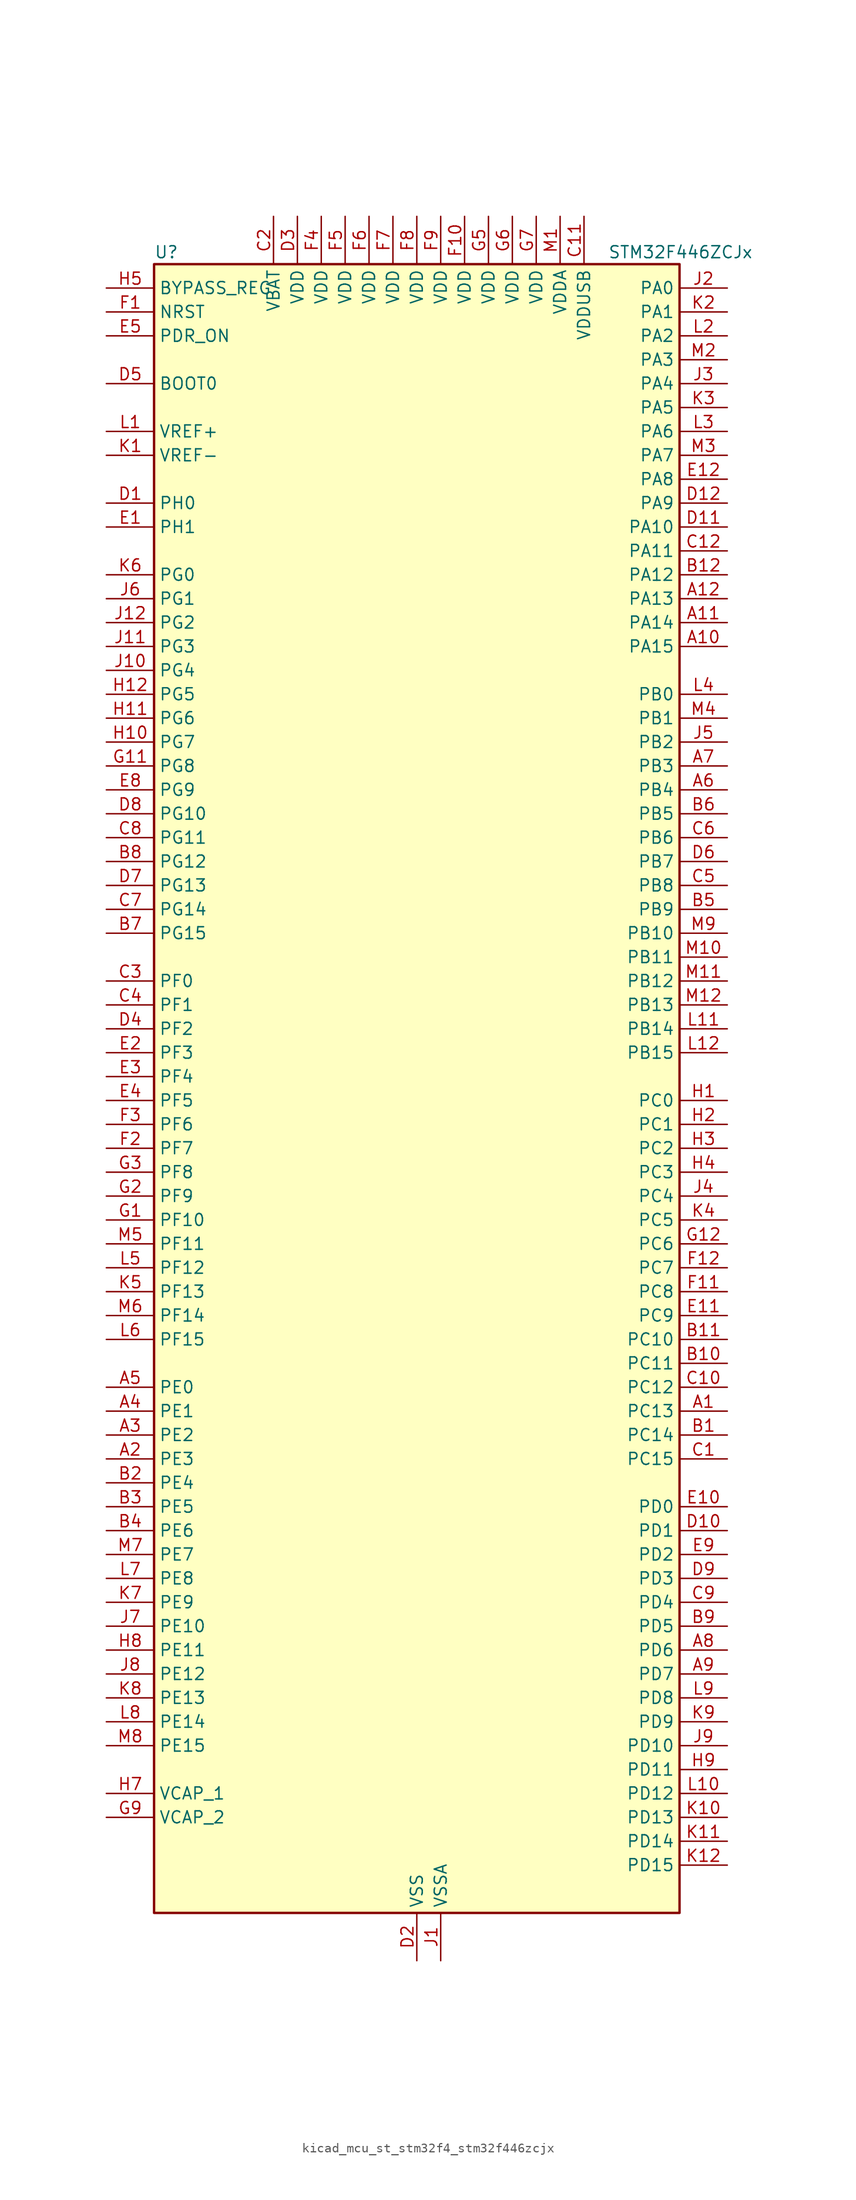
<source format=kicad_sym>
(kicad_symbol_lib
  (version 20220914)
  (generator kicad_symbol_editor)
  (symbol "kicad_mcu_st_stm32f4_stm32f446zcjx"
    (property "Reference" "U"
      (at -27.94 90.17 0)
      (effects (font (size 1.27 1.27)) (justify left)))
    (property "Value" "STM32F446ZCJx"
      (at 20.32 90.17 0)
      (effects (font (size 1.27 1.27)) (justify left)))
    (property "ki_locked" ""
      (at 0 0 0)
      (effects (font (size 1.27 1.27))))
    (symbol "kicad_mcu_st_stm32f4_stm32f446zcjx_0_1"
      (rectangle (start -27.94 -86.36) (end 27.94 88.9) (stroke (width 0.254) (type default)) (fill (type background))))
    (symbol "kicad_mcu_st_stm32f4_stm32f446zcjx_1_1"
      (pin bidirectional line (at 33.02 -33.02 180) (length 5.08) (name "PC13" (effects (font (size 1.27 1.27)))) (number "A1" (effects (font (size 1.27 1.27)))) (alternate "RTC_AF1" bidirectional line) (alternate "SYS_WKUP1" bidirectional line))
      (pin bidirectional line (at 33.02 48.26 180) (length 5.08) (name "PA15" (effects (font (size 1.27 1.27)))) (number "A10" (effects (font (size 1.27 1.27)))) (alternate "ADC1_EXTI15" bidirectional line) (alternate "ADC2_EXTI15" bidirectional line) (alternate "ADC3_EXTI15" bidirectional line) (alternate "CEC" bidirectional line) (alternate "I2S1_WS" bidirectional line) (alternate "I2S3_WS" bidirectional line) (alternate "SPI1_NSS" bidirectional line) (alternate "SPI3_NSS" bidirectional line) (alternate "SYS_JTDI" bidirectional line) (alternate "TIM2_CH1" bidirectional line) (alternate "TIM2_ETR" bidirectional line) (alternate "UART4_RTS" bidirectional line))
      (pin bidirectional line (at 33.02 50.8 180) (length 5.08) (name "PA14" (effects (font (size 1.27 1.27)))) (number "A11" (effects (font (size 1.27 1.27)))) (alternate "SYS_JTCK-SWCLK" bidirectional line))
      (pin bidirectional line (at 33.02 53.34 180) (length 5.08) (name "PA13" (effects (font (size 1.27 1.27)))) (number "A12" (effects (font (size 1.27 1.27)))) (alternate "SYS_JTMS-SWDIO" bidirectional line))
      (pin bidirectional line (at -33.02 -38.1 0) (length 5.08) (name "PE3" (effects (font (size 1.27 1.27)))) (number "A2" (effects (font (size 1.27 1.27)))) (alternate "FMC_A19" bidirectional line) (alternate "SAI1_SD_B" bidirectional line) (alternate "SYS_TRACED0" bidirectional line))
      (pin bidirectional line (at -33.02 -35.56 0) (length 5.08) (name "PE2" (effects (font (size 1.27 1.27)))) (number "A3" (effects (font (size 1.27 1.27)))) (alternate "FMC_A23" bidirectional line) (alternate "QUADSPI_BK1_IO2" bidirectional line) (alternate "SAI1_MCLK_A" bidirectional line) (alternate "SPI4_SCK" bidirectional line) (alternate "SYS_TRACECLK" bidirectional line))
      (pin bidirectional line (at -33.02 -33.02 0) (length 5.08) (name "PE1" (effects (font (size 1.27 1.27)))) (number "A4" (effects (font (size 1.27 1.27)))) (alternate "DCMI_D3" bidirectional line) (alternate "FMC_NBL1" bidirectional line))
      (pin bidirectional line (at -33.02 -30.48 0) (length 5.08) (name "PE0" (effects (font (size 1.27 1.27)))) (number "A5" (effects (font (size 1.27 1.27)))) (alternate "DCMI_D2" bidirectional line) (alternate "FMC_NBL0" bidirectional line) (alternate "SAI2_MCLK_A" bidirectional line) (alternate "TIM4_ETR" bidirectional line))
      (pin bidirectional line (at 33.02 33.02 180) (length 5.08) (name "PB4" (effects (font (size 1.27 1.27)))) (number "A6" (effects (font (size 1.27 1.27)))) (alternate "I2C3_SDA" bidirectional line) (alternate "I2S2_WS" bidirectional line) (alternate "SPI1_MISO" bidirectional line) (alternate "SPI2_NSS" bidirectional line) (alternate "SPI3_MISO" bidirectional line) (alternate "SYS_JTRST" bidirectional line) (alternate "TIM3_CH1" bidirectional line))
      (pin bidirectional line (at 33.02 35.56 180) (length 5.08) (name "PB3" (effects (font (size 1.27 1.27)))) (number "A7" (effects (font (size 1.27 1.27)))) (alternate "I2C2_SDA" bidirectional line) (alternate "I2S1_CK" bidirectional line) (alternate "I2S3_CK" bidirectional line) (alternate "SPI1_SCK" bidirectional line) (alternate "SPI3_SCK" bidirectional line) (alternate "SYS_JTDO-SWO" bidirectional line) (alternate "TIM2_CH2" bidirectional line))
      (pin bidirectional line (at 33.02 -58.42 180) (length 5.08) (name "PD6" (effects (font (size 1.27 1.27)))) (number "A8" (effects (font (size 1.27 1.27)))) (alternate "DCMI_D10" bidirectional line) (alternate "FMC_NWAIT" bidirectional line) (alternate "I2S3_SD" bidirectional line) (alternate "SAI1_SD_A" bidirectional line) (alternate "SPI3_MOSI" bidirectional line) (alternate "USART2_RX" bidirectional line))
      (pin bidirectional line (at 33.02 -60.96 180) (length 5.08) (name "PD7" (effects (font (size 1.27 1.27)))) (number "A9" (effects (font (size 1.27 1.27)))) (alternate "FMC_NE1" bidirectional line) (alternate "SPDIFRX_IN0" bidirectional line) (alternate "USART2_CK" bidirectional line))
      (pin bidirectional line (at 33.02 -35.56 180) (length 5.08) (name "PC14" (effects (font (size 1.27 1.27)))) (number "B1" (effects (font (size 1.27 1.27)))) (alternate "RCC_OSC32_IN" bidirectional line))
      (pin bidirectional line (at 33.02 -27.94 180) (length 5.08) (name "PC11" (effects (font (size 1.27 1.27)))) (number "B10" (effects (font (size 1.27 1.27)))) (alternate "ADC1_EXTI11" bidirectional line) (alternate "ADC2_EXTI11" bidirectional line) (alternate "ADC3_EXTI11" bidirectional line) (alternate "DCMI_D4" bidirectional line) (alternate "QUADSPI_BK2_NCS" bidirectional line) (alternate "SDIO_D3" bidirectional line) (alternate "SPI3_MISO" bidirectional line) (alternate "UART4_RX" bidirectional line) (alternate "USART3_RX" bidirectional line))
      (pin bidirectional line (at 33.02 -25.4 180) (length 5.08) (name "PC10" (effects (font (size 1.27 1.27)))) (number "B11" (effects (font (size 1.27 1.27)))) (alternate "DCMI_D8" bidirectional line) (alternate "I2S3_CK" bidirectional line) (alternate "QUADSPI_BK1_IO1" bidirectional line) (alternate "SDIO_D2" bidirectional line) (alternate "SPI3_SCK" bidirectional line) (alternate "UART4_TX" bidirectional line) (alternate "USART3_TX" bidirectional line))
      (pin bidirectional line (at 33.02 55.88 180) (length 5.08) (name "PA12" (effects (font (size 1.27 1.27)))) (number "B12" (effects (font (size 1.27 1.27)))) (alternate "CAN1_TX" bidirectional line) (alternate "SAI2_FS_B" bidirectional line) (alternate "TIM1_ETR" bidirectional line) (alternate "USART1_RTS" bidirectional line) (alternate "USB_OTG_FS_DP" bidirectional line))
      (pin bidirectional line (at -33.02 -40.64 0) (length 5.08) (name "PE4" (effects (font (size 1.27 1.27)))) (number "B2" (effects (font (size 1.27 1.27)))) (alternate "DCMI_D4" bidirectional line) (alternate "FMC_A20" bidirectional line) (alternate "SAI1_FS_A" bidirectional line) (alternate "SPI4_NSS" bidirectional line) (alternate "SYS_TRACED1" bidirectional line))
      (pin bidirectional line (at -33.02 -43.18 0) (length 5.08) (name "PE5" (effects (font (size 1.27 1.27)))) (number "B3" (effects (font (size 1.27 1.27)))) (alternate "DCMI_D6" bidirectional line) (alternate "FMC_A21" bidirectional line) (alternate "SAI1_SCK_A" bidirectional line) (alternate "SPI4_MISO" bidirectional line) (alternate "SYS_TRACED2" bidirectional line) (alternate "TIM9_CH1" bidirectional line))
      (pin bidirectional line (at -33.02 -45.72 0) (length 5.08) (name "PE6" (effects (font (size 1.27 1.27)))) (number "B4" (effects (font (size 1.27 1.27)))) (alternate "DCMI_D7" bidirectional line) (alternate "FMC_A22" bidirectional line) (alternate "SAI1_SD_A" bidirectional line) (alternate "SPI4_MOSI" bidirectional line) (alternate "SYS_TRACED3" bidirectional line) (alternate "TIM9_CH2" bidirectional line))
      (pin bidirectional line (at 33.02 20.32 180) (length 5.08) (name "PB9" (effects (font (size 1.27 1.27)))) (number "B5" (effects (font (size 1.27 1.27)))) (alternate "CAN1_TX" bidirectional line) (alternate "DAC_EXTI9" bidirectional line) (alternate "DCMI_D7" bidirectional line) (alternate "I2C1_SDA" bidirectional line) (alternate "I2S2_WS" bidirectional line) (alternate "SAI1_FS_B" bidirectional line) (alternate "SDIO_D5" bidirectional line) (alternate "SPI2_NSS" bidirectional line) (alternate "TIM11_CH1" bidirectional line) (alternate "TIM2_CH2" bidirectional line) (alternate "TIM4_CH4" bidirectional line))
      (pin bidirectional line (at 33.02 30.48 180) (length 5.08) (name "PB5" (effects (font (size 1.27 1.27)))) (number "B6" (effects (font (size 1.27 1.27)))) (alternate "CAN2_RX" bidirectional line) (alternate "DCMI_D10" bidirectional line) (alternate "FMC_SDCKE1" bidirectional line) (alternate "I2C1_SMBA" bidirectional line) (alternate "I2S1_SD" bidirectional line) (alternate "I2S3_SD" bidirectional line) (alternate "SPI1_MOSI" bidirectional line) (alternate "SPI3_MOSI" bidirectional line) (alternate "TIM3_CH2" bidirectional line) (alternate "USB_OTG_HS_ULPI_D7" bidirectional line))
      (pin bidirectional line (at -33.02 17.78 0) (length 5.08) (name "PG15" (effects (font (size 1.27 1.27)))) (number "B7" (effects (font (size 1.27 1.27)))) (alternate "ADC1_EXTI15" bidirectional line) (alternate "ADC2_EXTI15" bidirectional line) (alternate "ADC3_EXTI15" bidirectional line) (alternate "DCMI_D13" bidirectional line) (alternate "FMC_SDNCAS" bidirectional line) (alternate "USART6_CTS" bidirectional line))
      (pin bidirectional line (at -33.02 25.4 0) (length 5.08) (name "PG12" (effects (font (size 1.27 1.27)))) (number "B8" (effects (font (size 1.27 1.27)))) (alternate "FMC_NE4" bidirectional line) (alternate "SPDIFRX_IN1" bidirectional line) (alternate "SPI4_MISO" bidirectional line) (alternate "USART6_RTS" bidirectional line))
      (pin bidirectional line (at 33.02 -55.88 180) (length 5.08) (name "PD5" (effects (font (size 1.27 1.27)))) (number "B9" (effects (font (size 1.27 1.27)))) (alternate "FMC_NWE" bidirectional line) (alternate "USART2_TX" bidirectional line))
      (pin bidirectional line (at 33.02 -38.1 180) (length 5.08) (name "PC15" (effects (font (size 1.27 1.27)))) (number "C1" (effects (font (size 1.27 1.27)))) (alternate "ADC1_EXTI15" bidirectional line) (alternate "ADC2_EXTI15" bidirectional line) (alternate "ADC3_EXTI15" bidirectional line) (alternate "RCC_OSC32_OUT" bidirectional line))
      (pin bidirectional line (at 33.02 -30.48 180) (length 5.08) (name "PC12" (effects (font (size 1.27 1.27)))) (number "C10" (effects (font (size 1.27 1.27)))) (alternate "DCMI_D9" bidirectional line) (alternate "I2C2_SDA" bidirectional line) (alternate "I2S3_SD" bidirectional line) (alternate "SDIO_CK" bidirectional line) (alternate "SPI3_MOSI" bidirectional line) (alternate "UART5_TX" bidirectional line) (alternate "USART3_CK" bidirectional line))
      (pin power_in line (at 17.78 93.98 270) (length 5.08) (name "VDDUSB" (effects (font (size 1.27 1.27)))) (number "C11" (effects (font (size 1.27 1.27)))))
      (pin bidirectional line (at 33.02 58.42 180) (length 5.08) (name "PA11" (effects (font (size 1.27 1.27)))) (number "C12" (effects (font (size 1.27 1.27)))) (alternate "ADC1_EXTI11" bidirectional line) (alternate "ADC2_EXTI11" bidirectional line) (alternate "ADC3_EXTI11" bidirectional line) (alternate "CAN1_RX" bidirectional line) (alternate "TIM1_CH4" bidirectional line) (alternate "USART1_CTS" bidirectional line) (alternate "USB_OTG_FS_DM" bidirectional line))
      (pin power_in line (at -15.24 93.98 270) (length 5.08) (name "VBAT" (effects (font (size 1.27 1.27)))) (number "C2" (effects (font (size 1.27 1.27)))))
      (pin bidirectional line (at -33.02 12.7 0) (length 5.08) (name "PF0" (effects (font (size 1.27 1.27)))) (number "C3" (effects (font (size 1.27 1.27)))) (alternate "FMC_A0" bidirectional line) (alternate "I2C2_SDA" bidirectional line))
      (pin bidirectional line (at -33.02 10.16 0) (length 5.08) (name "PF1" (effects (font (size 1.27 1.27)))) (number "C4" (effects (font (size 1.27 1.27)))) (alternate "FMC_A1" bidirectional line) (alternate "I2C2_SCL" bidirectional line))
      (pin bidirectional line (at 33.02 22.86 180) (length 5.08) (name "PB8" (effects (font (size 1.27 1.27)))) (number "C5" (effects (font (size 1.27 1.27)))) (alternate "CAN1_RX" bidirectional line) (alternate "DCMI_D6" bidirectional line) (alternate "I2C1_SCL" bidirectional line) (alternate "SDIO_D4" bidirectional line) (alternate "TIM10_CH1" bidirectional line) (alternate "TIM2_CH1" bidirectional line) (alternate "TIM2_ETR" bidirectional line) (alternate "TIM4_CH3" bidirectional line))
      (pin bidirectional line (at 33.02 27.94 180) (length 5.08) (name "PB6" (effects (font (size 1.27 1.27)))) (number "C6" (effects (font (size 1.27 1.27)))) (alternate "CAN2_TX" bidirectional line) (alternate "CEC" bidirectional line) (alternate "DCMI_D5" bidirectional line) (alternate "FMC_SDNE1" bidirectional line) (alternate "I2C1_SCL" bidirectional line) (alternate "QUADSPI_BK1_NCS" bidirectional line) (alternate "TIM4_CH1" bidirectional line) (alternate "USART1_TX" bidirectional line))
      (pin bidirectional line (at -33.02 20.32 0) (length 5.08) (name "PG14" (effects (font (size 1.27 1.27)))) (number "C7" (effects (font (size 1.27 1.27)))) (alternate "FMC_A25" bidirectional line) (alternate "QUADSPI_BK2_IO3" bidirectional line) (alternate "SPI4_NSS" bidirectional line) (alternate "SYS_TRACED3" bidirectional line) (alternate "USART6_TX" bidirectional line))
      (pin bidirectional line (at -33.02 27.94 0) (length 5.08) (name "PG11" (effects (font (size 1.27 1.27)))) (number "C8" (effects (font (size 1.27 1.27)))) (alternate "ADC1_EXTI11" bidirectional line) (alternate "ADC2_EXTI11" bidirectional line) (alternate "ADC3_EXTI11" bidirectional line) (alternate "DCMI_D3" bidirectional line) (alternate "SPDIFRX_IN0" bidirectional line) (alternate "SPI4_SCK" bidirectional line))
      (pin bidirectional line (at 33.02 -53.34 180) (length 5.08) (name "PD4" (effects (font (size 1.27 1.27)))) (number "C9" (effects (font (size 1.27 1.27)))) (alternate "FMC_NOE" bidirectional line) (alternate "USART2_RTS" bidirectional line))
      (pin bidirectional line (at -33.02 63.5 0) (length 5.08) (name "PH0" (effects (font (size 1.27 1.27)))) (number "D1" (effects (font (size 1.27 1.27)))) (alternate "RCC_OSC_IN" bidirectional line))
      (pin bidirectional line (at 33.02 -45.72 180) (length 5.08) (name "PD1" (effects (font (size 1.27 1.27)))) (number "D10" (effects (font (size 1.27 1.27)))) (alternate "CAN1_TX" bidirectional line) (alternate "FMC_D3" bidirectional line) (alternate "FMC_DA3" bidirectional line) (alternate "I2S2_WS" bidirectional line) (alternate "SPI2_NSS" bidirectional line))
      (pin bidirectional line (at 33.02 60.96 180) (length 5.08) (name "PA10" (effects (font (size 1.27 1.27)))) (number "D11" (effects (font (size 1.27 1.27)))) (alternate "DCMI_D1" bidirectional line) (alternate "TIM1_CH3" bidirectional line) (alternate "USART1_RX" bidirectional line) (alternate "USB_OTG_FS_ID" bidirectional line))
      (pin bidirectional line (at 33.02 63.5 180) (length 5.08) (name "PA9" (effects (font (size 1.27 1.27)))) (number "D12" (effects (font (size 1.27 1.27)))) (alternate "DAC_EXTI9" bidirectional line) (alternate "DCMI_D0" bidirectional line) (alternate "I2C3_SMBA" bidirectional line) (alternate "I2S2_CK" bidirectional line) (alternate "SAI1_SD_B" bidirectional line) (alternate "SPI2_SCK" bidirectional line) (alternate "TIM1_CH2" bidirectional line) (alternate "USART1_TX" bidirectional line) (alternate "USB_OTG_FS_VBUS" bidirectional line))
      (pin power_in line (at 0 -91.44 90) (length 5.08) (name "VSS" (effects (font (size 1.27 1.27)))) (number "D2" (effects (font (size 1.27 1.27)))))
      (pin power_in line (at -12.7 93.98 270) (length 5.08) (name "VDD" (effects (font (size 1.27 1.27)))) (number "D3" (effects (font (size 1.27 1.27)))))
      (pin bidirectional line (at -33.02 7.62 0) (length 5.08) (name "PF2" (effects (font (size 1.27 1.27)))) (number "D4" (effects (font (size 1.27 1.27)))) (alternate "FMC_A2" bidirectional line) (alternate "I2C2_SMBA" bidirectional line))
      (pin input line (at -33.02 76.2 0) (length 5.08) (name "BOOT0" (effects (font (size 1.27 1.27)))) (number "D5" (effects (font (size 1.27 1.27)))))
      (pin bidirectional line (at 33.02 25.4 180) (length 5.08) (name "PB7" (effects (font (size 1.27 1.27)))) (number "D6" (effects (font (size 1.27 1.27)))) (alternate "DCMI_VSYNC" bidirectional line) (alternate "FMC_NL" bidirectional line) (alternate "I2C1_SDA" bidirectional line) (alternate "SPDIFRX_IN0" bidirectional line) (alternate "TIM4_CH2" bidirectional line) (alternate "USART1_RX" bidirectional line))
      (pin bidirectional line (at -33.02 22.86 0) (length 5.08) (name "PG13" (effects (font (size 1.27 1.27)))) (number "D7" (effects (font (size 1.27 1.27)))) (alternate "FMC_A24" bidirectional line) (alternate "SPI4_MOSI" bidirectional line) (alternate "SYS_TRACED2" bidirectional line) (alternate "USART6_CTS" bidirectional line))
      (pin bidirectional line (at -33.02 30.48 0) (length 5.08) (name "PG10" (effects (font (size 1.27 1.27)))) (number "D8" (effects (font (size 1.27 1.27)))) (alternate "DCMI_D2" bidirectional line) (alternate "FMC_NE3" bidirectional line) (alternate "SAI2_SD_B" bidirectional line))
      (pin bidirectional line (at 33.02 -50.8 180) (length 5.08) (name "PD3" (effects (font (size 1.27 1.27)))) (number "D9" (effects (font (size 1.27 1.27)))) (alternate "DCMI_D5" bidirectional line) (alternate "FMC_CLK" bidirectional line) (alternate "I2S2_CK" bidirectional line) (alternate "QUADSPI_CLK" bidirectional line) (alternate "SPI2_SCK" bidirectional line) (alternate "SYS_TRACED1" bidirectional line) (alternate "USART2_CTS" bidirectional line))
      (pin bidirectional line (at -33.02 60.96 0) (length 5.08) (name "PH1" (effects (font (size 1.27 1.27)))) (number "E1" (effects (font (size 1.27 1.27)))) (alternate "RCC_OSC_OUT" bidirectional line))
      (pin bidirectional line (at 33.02 -43.18 180) (length 5.08) (name "PD0" (effects (font (size 1.27 1.27)))) (number "E10" (effects (font (size 1.27 1.27)))) (alternate "CAN1_RX" bidirectional line) (alternate "FMC_D2" bidirectional line) (alternate "FMC_DA2" bidirectional line) (alternate "I2S3_SD" bidirectional line) (alternate "SPI3_MOSI" bidirectional line) (alternate "SPI4_MISO" bidirectional line))
      (pin bidirectional line (at 33.02 -22.86 180) (length 5.08) (name "PC9" (effects (font (size 1.27 1.27)))) (number "E11" (effects (font (size 1.27 1.27)))) (alternate "DAC_EXTI9" bidirectional line) (alternate "DCMI_D3" bidirectional line) (alternate "I2C3_SDA" bidirectional line) (alternate "I2S_CKIN" bidirectional line) (alternate "QUADSPI_BK1_IO0" bidirectional line) (alternate "RCC_MCO_2" bidirectional line) (alternate "SDIO_D1" bidirectional line) (alternate "TIM3_CH4" bidirectional line) (alternate "TIM8_CH4" bidirectional line) (alternate "UART5_CTS" bidirectional line))
      (pin bidirectional line (at 33.02 66.04 180) (length 5.08) (name "PA8" (effects (font (size 1.27 1.27)))) (number "E12" (effects (font (size 1.27 1.27)))) (alternate "I2C3_SCL" bidirectional line) (alternate "RCC_MCO_1" bidirectional line) (alternate "TIM1_CH1" bidirectional line) (alternate "USART1_CK" bidirectional line) (alternate "USB_OTG_FS_SOF" bidirectional line))
      (pin bidirectional line (at -33.02 5.08 0) (length 5.08) (name "PF3" (effects (font (size 1.27 1.27)))) (number "E2" (effects (font (size 1.27 1.27)))) (alternate "ADC3_IN9" bidirectional line) (alternate "FMC_A3" bidirectional line))
      (pin bidirectional line (at -33.02 2.54 0) (length 5.08) (name "PF4" (effects (font (size 1.27 1.27)))) (number "E3" (effects (font (size 1.27 1.27)))) (alternate "ADC3_IN14" bidirectional line) (alternate "FMC_A4" bidirectional line))
      (pin bidirectional line (at -33.02 0 0) (length 5.08) (name "PF5" (effects (font (size 1.27 1.27)))) (number "E4" (effects (font (size 1.27 1.27)))) (alternate "ADC3_IN15" bidirectional line) (alternate "FMC_A5" bidirectional line))
      (pin input line (at -33.02 81.28 0) (length 5.08) (name "PDR_ON" (effects (font (size 1.27 1.27)))) (number "E5" (effects (font (size 1.27 1.27)))))
      (pin passive line (at 0 -91.44 90) (length 5.08) hide (name "VSS" (effects (font (size 1.27 1.27)))) (number "E6" (effects (font (size 1.27 1.27)))))
      (pin passive line (at 0 -91.44 90) (length 5.08) hide (name "VSS" (effects (font (size 1.27 1.27)))) (number "E7" (effects (font (size 1.27 1.27)))))
      (pin bidirectional line (at -33.02 33.02 0) (length 5.08) (name "PG9" (effects (font (size 1.27 1.27)))) (number "E8" (effects (font (size 1.27 1.27)))) (alternate "DAC_EXTI9" bidirectional line) (alternate "DCMI_VSYNC" bidirectional line) (alternate "FMC_NCE3" bidirectional line) (alternate "FMC_NE2" bidirectional line) (alternate "QUADSPI_BK2_IO2" bidirectional line) (alternate "SAI2_FS_B" bidirectional line) (alternate "SPDIFRX_IN3" bidirectional line) (alternate "USART6_RX" bidirectional line))
      (pin bidirectional line (at 33.02 -48.26 180) (length 5.08) (name "PD2" (effects (font (size 1.27 1.27)))) (number "E9" (effects (font (size 1.27 1.27)))) (alternate "DCMI_D11" bidirectional line) (alternate "SDIO_CMD" bidirectional line) (alternate "TIM3_ETR" bidirectional line) (alternate "UART5_RX" bidirectional line))
      (pin input line (at -33.02 83.82 0) (length 5.08) (name "NRST" (effects (font (size 1.27 1.27)))) (number "F1" (effects (font (size 1.27 1.27)))))
      (pin power_in line (at 5.08 93.98 270) (length 5.08) (name "VDD" (effects (font (size 1.27 1.27)))) (number "F10" (effects (font (size 1.27 1.27)))))
      (pin bidirectional line (at 33.02 -20.32 180) (length 5.08) (name "PC8" (effects (font (size 1.27 1.27)))) (number "F11" (effects (font (size 1.27 1.27)))) (alternate "DCMI_D2" bidirectional line) (alternate "SDIO_D0" bidirectional line) (alternate "SYS_TRACED0" bidirectional line) (alternate "TIM3_CH3" bidirectional line) (alternate "TIM8_CH3" bidirectional line) (alternate "UART5_RTS" bidirectional line) (alternate "USART6_CK" bidirectional line))
      (pin bidirectional line (at 33.02 -17.78 180) (length 5.08) (name "PC7" (effects (font (size 1.27 1.27)))) (number "F12" (effects (font (size 1.27 1.27)))) (alternate "DCMI_D1" bidirectional line) (alternate "FMPI2C1_SDA" bidirectional line) (alternate "I2S2_CK" bidirectional line) (alternate "I2S3_MCK" bidirectional line) (alternate "SDIO_D7" bidirectional line) (alternate "SPDIFRX_IN1" bidirectional line) (alternate "SPI2_SCK" bidirectional line) (alternate "TIM3_CH2" bidirectional line) (alternate "TIM8_CH2" bidirectional line) (alternate "USART6_RX" bidirectional line))
      (pin bidirectional line (at -33.02 -5.08 0) (length 5.08) (name "PF7" (effects (font (size 1.27 1.27)))) (number "F2" (effects (font (size 1.27 1.27)))) (alternate "ADC3_IN5" bidirectional line) (alternate "QUADSPI_BK1_IO2" bidirectional line) (alternate "SAI1_MCLK_B" bidirectional line) (alternate "TIM11_CH1" bidirectional line))
      (pin bidirectional line (at -33.02 -2.54 0) (length 5.08) (name "PF6" (effects (font (size 1.27 1.27)))) (number "F3" (effects (font (size 1.27 1.27)))) (alternate "ADC3_IN4" bidirectional line) (alternate "QUADSPI_BK1_IO3" bidirectional line) (alternate "SAI1_SD_B" bidirectional line) (alternate "TIM10_CH1" bidirectional line))
      (pin power_in line (at -10.16 93.98 270) (length 5.08) (name "VDD" (effects (font (size 1.27 1.27)))) (number "F4" (effects (font (size 1.27 1.27)))))
      (pin power_in line (at -7.62 93.98 270) (length 5.08) (name "VDD" (effects (font (size 1.27 1.27)))) (number "F5" (effects (font (size 1.27 1.27)))))
      (pin power_in line (at -5.08 93.98 270) (length 5.08) (name "VDD" (effects (font (size 1.27 1.27)))) (number "F6" (effects (font (size 1.27 1.27)))))
      (pin power_in line (at -2.54 93.98 270) (length 5.08) (name "VDD" (effects (font (size 1.27 1.27)))) (number "F7" (effects (font (size 1.27 1.27)))))
      (pin power_in line (at 0 93.98 270) (length 5.08) (name "VDD" (effects (font (size 1.27 1.27)))) (number "F8" (effects (font (size 1.27 1.27)))))
      (pin power_in line (at 2.54 93.98 270) (length 5.08) (name "VDD" (effects (font (size 1.27 1.27)))) (number "F9" (effects (font (size 1.27 1.27)))))
      (pin bidirectional line (at -33.02 -12.7 0) (length 5.08) (name "PF10" (effects (font (size 1.27 1.27)))) (number "G1" (effects (font (size 1.27 1.27)))) (alternate "ADC3_IN8" bidirectional line) (alternate "DCMI_D11" bidirectional line))
      (pin passive line (at 0 -91.44 90) (length 5.08) hide (name "VSS" (effects (font (size 1.27 1.27)))) (number "G10" (effects (font (size 1.27 1.27)))))
      (pin bidirectional line (at -33.02 35.56 0) (length 5.08) (name "PG8" (effects (font (size 1.27 1.27)))) (number "G11" (effects (font (size 1.27 1.27)))) (alternate "FMC_SDCLK" bidirectional line) (alternate "SPDIFRX_IN2" bidirectional line) (alternate "USART6_RTS" bidirectional line))
      (pin bidirectional line (at 33.02 -15.24 180) (length 5.08) (name "PC6" (effects (font (size 1.27 1.27)))) (number "G12" (effects (font (size 1.27 1.27)))) (alternate "DCMI_D0" bidirectional line) (alternate "FMPI2C1_SCL" bidirectional line) (alternate "I2S2_MCK" bidirectional line) (alternate "SDIO_D6" bidirectional line) (alternate "TIM3_CH1" bidirectional line) (alternate "TIM8_CH1" bidirectional line) (alternate "USART6_TX" bidirectional line))
      (pin bidirectional line (at -33.02 -10.16 0) (length 5.08) (name "PF9" (effects (font (size 1.27 1.27)))) (number "G2" (effects (font (size 1.27 1.27)))) (alternate "ADC3_IN7" bidirectional line) (alternate "DAC_EXTI9" bidirectional line) (alternate "QUADSPI_BK1_IO1" bidirectional line) (alternate "SAI1_FS_B" bidirectional line) (alternate "TIM14_CH1" bidirectional line))
      (pin bidirectional line (at -33.02 -7.62 0) (length 5.08) (name "PF8" (effects (font (size 1.27 1.27)))) (number "G3" (effects (font (size 1.27 1.27)))) (alternate "ADC3_IN6" bidirectional line) (alternate "QUADSPI_BK1_IO0" bidirectional line) (alternate "SAI1_SCK_B" bidirectional line) (alternate "TIM13_CH1" bidirectional line))
      (pin passive line (at 0 -91.44 90) (length 5.08) hide (name "VSS" (effects (font (size 1.27 1.27)))) (number "G4" (effects (font (size 1.27 1.27)))))
      (pin power_in line (at 7.62 93.98 270) (length 5.08) (name "VDD" (effects (font (size 1.27 1.27)))) (number "G5" (effects (font (size 1.27 1.27)))))
      (pin power_in line (at 10.16 93.98 270) (length 5.08) (name "VDD" (effects (font (size 1.27 1.27)))) (number "G6" (effects (font (size 1.27 1.27)))))
      (pin power_in line (at 12.7 93.98 270) (length 5.08) (name "VDD" (effects (font (size 1.27 1.27)))) (number "G7" (effects (font (size 1.27 1.27)))))
      (pin passive line (at 0 -91.44 90) (length 5.08) hide (name "VSS" (effects (font (size 1.27 1.27)))) (number "G8" (effects (font (size 1.27 1.27)))))
      (pin power_out line (at -33.02 -76.2 0) (length 5.08) (name "VCAP_2" (effects (font (size 1.27 1.27)))) (number "G9" (effects (font (size 1.27 1.27)))))
      (pin bidirectional line (at 33.02 0 180) (length 5.08) (name "PC0" (effects (font (size 1.27 1.27)))) (number "H1" (effects (font (size 1.27 1.27)))) (alternate "ADC1_IN10" bidirectional line) (alternate "ADC2_IN10" bidirectional line) (alternate "ADC3_IN10" bidirectional line) (alternate "FMC_SDNWE" bidirectional line) (alternate "SAI1_MCLK_B" bidirectional line) (alternate "USB_OTG_HS_ULPI_STP" bidirectional line))
      (pin bidirectional line (at -33.02 38.1 0) (length 5.08) (name "PG7" (effects (font (size 1.27 1.27)))) (number "H10" (effects (font (size 1.27 1.27)))) (alternate "DCMI_D13" bidirectional line) (alternate "FMC_INT3" bidirectional line) (alternate "USART6_CK" bidirectional line))
      (pin bidirectional line (at -33.02 40.64 0) (length 5.08) (name "PG6" (effects (font (size 1.27 1.27)))) (number "H11" (effects (font (size 1.27 1.27)))) (alternate "DCMI_D12" bidirectional line) (alternate "QUADSPI_BK1_NCS" bidirectional line))
      (pin bidirectional line (at -33.02 43.18 0) (length 5.08) (name "PG5" (effects (font (size 1.27 1.27)))) (number "H12" (effects (font (size 1.27 1.27)))) (alternate "FMC_A15" bidirectional line) (alternate "FMC_BA1" bidirectional line))
      (pin bidirectional line (at 33.02 -2.54 180) (length 5.08) (name "PC1" (effects (font (size 1.27 1.27)))) (number "H2" (effects (font (size 1.27 1.27)))) (alternate "ADC1_IN11" bidirectional line) (alternate "ADC2_IN11" bidirectional line) (alternate "ADC3_IN11" bidirectional line) (alternate "I2S2_SD" bidirectional line) (alternate "I2S3_SD" bidirectional line) (alternate "SAI1_SD_A" bidirectional line) (alternate "SPI2_MOSI" bidirectional line) (alternate "SPI3_MOSI" bidirectional line))
      (pin bidirectional line (at 33.02 -5.08 180) (length 5.08) (name "PC2" (effects (font (size 1.27 1.27)))) (number "H3" (effects (font (size 1.27 1.27)))) (alternate "ADC1_IN12" bidirectional line) (alternate "ADC2_IN12" bidirectional line) (alternate "ADC3_IN12" bidirectional line) (alternate "FMC_SDNE0" bidirectional line) (alternate "SPI2_MISO" bidirectional line) (alternate "USB_OTG_HS_ULPI_DIR" bidirectional line))
      (pin bidirectional line (at 33.02 -7.62 180) (length 5.08) (name "PC3" (effects (font (size 1.27 1.27)))) (number "H4" (effects (font (size 1.27 1.27)))) (alternate "ADC1_IN13" bidirectional line) (alternate "ADC2_IN13" bidirectional line) (alternate "ADC3_IN13" bidirectional line) (alternate "FMC_SDCKE0" bidirectional line) (alternate "I2S2_SD" bidirectional line) (alternate "SPI2_MOSI" bidirectional line) (alternate "USB_OTG_HS_ULPI_NXT" bidirectional line))
      (pin input line (at -33.02 86.36 0) (length 5.08) (name "BYPASS_REG" (effects (font (size 1.27 1.27)))) (number "H5" (effects (font (size 1.27 1.27)))))
      (pin passive line (at 0 -91.44 90) (length 5.08) hide (name "VSS" (effects (font (size 1.27 1.27)))) (number "H6" (effects (font (size 1.27 1.27)))))
      (pin power_out line (at -33.02 -73.66 0) (length 5.08) (name "VCAP_1" (effects (font (size 1.27 1.27)))) (number "H7" (effects (font (size 1.27 1.27)))))
      (pin bidirectional line (at -33.02 -58.42 0) (length 5.08) (name "PE11" (effects (font (size 1.27 1.27)))) (number "H8" (effects (font (size 1.27 1.27)))) (alternate "ADC1_EXTI11" bidirectional line) (alternate "ADC2_EXTI11" bidirectional line) (alternate "ADC3_EXTI11" bidirectional line) (alternate "FMC_D8" bidirectional line) (alternate "FMC_DA8" bidirectional line) (alternate "SAI2_SD_B" bidirectional line) (alternate "SPI4_NSS" bidirectional line) (alternate "TIM1_CH2" bidirectional line))
      (pin bidirectional line (at 33.02 -71.12 180) (length 5.08) (name "PD11" (effects (font (size 1.27 1.27)))) (number "H9" (effects (font (size 1.27 1.27)))) (alternate "ADC1_EXTI11" bidirectional line) (alternate "ADC2_EXTI11" bidirectional line) (alternate "ADC3_EXTI11" bidirectional line) (alternate "FMC_A16" bidirectional line) (alternate "FMC_CLE" bidirectional line) (alternate "FMPI2C1_SMBA" bidirectional line) (alternate "QUADSPI_BK1_IO0" bidirectional line) (alternate "SAI2_SD_A" bidirectional line) (alternate "USART3_CTS" bidirectional line))
      (pin power_in line (at 2.54 -91.44 90) (length 5.08) (name "VSSA" (effects (font (size 1.27 1.27)))) (number "J1" (effects (font (size 1.27 1.27)))))
      (pin bidirectional line (at -33.02 45.72 0) (length 5.08) (name "PG4" (effects (font (size 1.27 1.27)))) (number "J10" (effects (font (size 1.27 1.27)))) (alternate "FMC_A14" bidirectional line) (alternate "FMC_BA0" bidirectional line))
      (pin bidirectional line (at -33.02 48.26 0) (length 5.08) (name "PG3" (effects (font (size 1.27 1.27)))) (number "J11" (effects (font (size 1.27 1.27)))) (alternate "FMC_A13" bidirectional line))
      (pin bidirectional line (at -33.02 50.8 0) (length 5.08) (name "PG2" (effects (font (size 1.27 1.27)))) (number "J12" (effects (font (size 1.27 1.27)))) (alternate "FMC_A12" bidirectional line))
      (pin bidirectional line (at 33.02 86.36 180) (length 5.08) (name "PA0" (effects (font (size 1.27 1.27)))) (number "J2" (effects (font (size 1.27 1.27)))) (alternate "ADC1_IN0" bidirectional line) (alternate "ADC2_IN0" bidirectional line) (alternate "ADC3_IN0" bidirectional line) (alternate "RTC_AF2" bidirectional line) (alternate "SYS_WKUP0" bidirectional line) (alternate "TIM2_CH1" bidirectional line) (alternate "TIM2_ETR" bidirectional line) (alternate "TIM5_CH1" bidirectional line) (alternate "TIM8_ETR" bidirectional line) (alternate "UART4_TX" bidirectional line) (alternate "USART2_CTS" bidirectional line))
      (pin bidirectional line (at 33.02 76.2 180) (length 5.08) (name "PA4" (effects (font (size 1.27 1.27)))) (number "J3" (effects (font (size 1.27 1.27)))) (alternate "ADC1_IN4" bidirectional line) (alternate "ADC2_IN4" bidirectional line) (alternate "DAC_OUT1" bidirectional line) (alternate "DCMI_HSYNC" bidirectional line) (alternate "I2S1_WS" bidirectional line) (alternate "I2S3_WS" bidirectional line) (alternate "SPI1_NSS" bidirectional line) (alternate "SPI3_NSS" bidirectional line) (alternate "USART2_CK" bidirectional line) (alternate "USB_OTG_HS_SOF" bidirectional line))
      (pin bidirectional line (at 33.02 -10.16 180) (length 5.08) (name "PC4" (effects (font (size 1.27 1.27)))) (number "J4" (effects (font (size 1.27 1.27)))) (alternate "ADC1_IN14" bidirectional line) (alternate "ADC2_IN14" bidirectional line) (alternate "FMC_SDNE0" bidirectional line) (alternate "I2S1_MCK" bidirectional line) (alternate "SPDIFRX_IN2" bidirectional line))
      (pin bidirectional line (at 33.02 38.1 180) (length 5.08) (name "PB2" (effects (font (size 1.27 1.27)))) (number "J5" (effects (font (size 1.27 1.27)))) (alternate "I2S3_SD" bidirectional line) (alternate "QUADSPI_CLK" bidirectional line) (alternate "SAI1_SD_A" bidirectional line) (alternate "SDIO_CK" bidirectional line) (alternate "SPI3_MOSI" bidirectional line) (alternate "TIM2_CH4" bidirectional line) (alternate "USB_OTG_HS_ULPI_D4" bidirectional line))
      (pin bidirectional line (at -33.02 53.34 0) (length 5.08) (name "PG1" (effects (font (size 1.27 1.27)))) (number "J6" (effects (font (size 1.27 1.27)))) (alternate "FMC_A11" bidirectional line))
      (pin bidirectional line (at -33.02 -55.88 0) (length 5.08) (name "PE10" (effects (font (size 1.27 1.27)))) (number "J7" (effects (font (size 1.27 1.27)))) (alternate "FMC_D7" bidirectional line) (alternate "FMC_DA7" bidirectional line) (alternate "QUADSPI_BK2_IO3" bidirectional line) (alternate "TIM1_CH2N" bidirectional line))
      (pin bidirectional line (at -33.02 -60.96 0) (length 5.08) (name "PE12" (effects (font (size 1.27 1.27)))) (number "J8" (effects (font (size 1.27 1.27)))) (alternate "FMC_D9" bidirectional line) (alternate "FMC_DA9" bidirectional line) (alternate "SAI2_SCK_B" bidirectional line) (alternate "SPI4_SCK" bidirectional line) (alternate "TIM1_CH3N" bidirectional line))
      (pin bidirectional line (at 33.02 -68.58 180) (length 5.08) (name "PD10" (effects (font (size 1.27 1.27)))) (number "J9" (effects (font (size 1.27 1.27)))) (alternate "FMC_D15" bidirectional line) (alternate "FMC_DA15" bidirectional line) (alternate "USART3_CK" bidirectional line))
      (pin input line (at -33.02 68.58 0) (length 5.08) (name "VREF-" (effects (font (size 1.27 1.27)))) (number "K1" (effects (font (size 1.27 1.27)))))
      (pin bidirectional line (at 33.02 -76.2 180) (length 5.08) (name "PD13" (effects (font (size 1.27 1.27)))) (number "K10" (effects (font (size 1.27 1.27)))) (alternate "FMC_A18" bidirectional line) (alternate "FMPI2C1_SDA" bidirectional line) (alternate "QUADSPI_BK1_IO3" bidirectional line) (alternate "SAI2_SCK_A" bidirectional line) (alternate "TIM4_CH2" bidirectional line))
      (pin bidirectional line (at 33.02 -78.74 180) (length 5.08) (name "PD14" (effects (font (size 1.27 1.27)))) (number "K11" (effects (font (size 1.27 1.27)))) (alternate "FMC_D0" bidirectional line) (alternate "FMC_DA0" bidirectional line) (alternate "FMPI2C1_SCL" bidirectional line) (alternate "SAI2_SCK_A" bidirectional line) (alternate "TIM4_CH3" bidirectional line))
      (pin bidirectional line (at 33.02 -81.28 180) (length 5.08) (name "PD15" (effects (font (size 1.27 1.27)))) (number "K12" (effects (font (size 1.27 1.27)))) (alternate "ADC1_EXTI15" bidirectional line) (alternate "ADC2_EXTI15" bidirectional line) (alternate "ADC3_EXTI15" bidirectional line) (alternate "FMC_D1" bidirectional line) (alternate "FMC_DA1" bidirectional line) (alternate "FMPI2C1_SDA" bidirectional line) (alternate "TIM4_CH4" bidirectional line))
      (pin bidirectional line (at 33.02 83.82 180) (length 5.08) (name "PA1" (effects (font (size 1.27 1.27)))) (number "K2" (effects (font (size 1.27 1.27)))) (alternate "ADC1_IN1" bidirectional line) (alternate "ADC2_IN1" bidirectional line) (alternate "ADC3_IN1" bidirectional line) (alternate "QUADSPI_BK1_IO3" bidirectional line) (alternate "SAI2_MCLK_B" bidirectional line) (alternate "TIM2_CH2" bidirectional line) (alternate "TIM5_CH2" bidirectional line) (alternate "UART4_RX" bidirectional line) (alternate "USART2_RTS" bidirectional line))
      (pin bidirectional line (at 33.02 73.66 180) (length 5.08) (name "PA5" (effects (font (size 1.27 1.27)))) (number "K3" (effects (font (size 1.27 1.27)))) (alternate "ADC1_IN5" bidirectional line) (alternate "ADC2_IN5" bidirectional line) (alternate "DAC_OUT2" bidirectional line) (alternate "I2S1_CK" bidirectional line) (alternate "SPI1_SCK" bidirectional line) (alternate "TIM2_CH1" bidirectional line) (alternate "TIM2_ETR" bidirectional line) (alternate "TIM8_CH1N" bidirectional line) (alternate "USB_OTG_HS_ULPI_CK" bidirectional line))
      (pin bidirectional line (at 33.02 -12.7 180) (length 5.08) (name "PC5" (effects (font (size 1.27 1.27)))) (number "K4" (effects (font (size 1.27 1.27)))) (alternate "ADC1_IN15" bidirectional line) (alternate "ADC2_IN15" bidirectional line) (alternate "FMC_SDCKE0" bidirectional line) (alternate "SPDIFRX_IN3" bidirectional line) (alternate "USART3_RX" bidirectional line))
      (pin bidirectional line (at -33.02 -20.32 0) (length 5.08) (name "PF13" (effects (font (size 1.27 1.27)))) (number "K5" (effects (font (size 1.27 1.27)))) (alternate "FMC_A7" bidirectional line) (alternate "FMPI2C1_SMBA" bidirectional line))
      (pin bidirectional line (at -33.02 55.88 0) (length 5.08) (name "PG0" (effects (font (size 1.27 1.27)))) (number "K6" (effects (font (size 1.27 1.27)))) (alternate "FMC_A10" bidirectional line))
      (pin bidirectional line (at -33.02 -53.34 0) (length 5.08) (name "PE9" (effects (font (size 1.27 1.27)))) (number "K7" (effects (font (size 1.27 1.27)))) (alternate "DAC_EXTI9" bidirectional line) (alternate "FMC_D6" bidirectional line) (alternate "FMC_DA6" bidirectional line) (alternate "QUADSPI_BK2_IO2" bidirectional line) (alternate "TIM1_CH1" bidirectional line))
      (pin bidirectional line (at -33.02 -63.5 0) (length 5.08) (name "PE13" (effects (font (size 1.27 1.27)))) (number "K8" (effects (font (size 1.27 1.27)))) (alternate "FMC_D10" bidirectional line) (alternate "FMC_DA10" bidirectional line) (alternate "SAI2_FS_B" bidirectional line) (alternate "SPI4_MISO" bidirectional line) (alternate "TIM1_CH3" bidirectional line))
      (pin bidirectional line (at 33.02 -66.04 180) (length 5.08) (name "PD9" (effects (font (size 1.27 1.27)))) (number "K9" (effects (font (size 1.27 1.27)))) (alternate "DAC_EXTI9" bidirectional line) (alternate "FMC_D14" bidirectional line) (alternate "FMC_DA14" bidirectional line) (alternate "USART3_RX" bidirectional line))
      (pin input line (at -33.02 71.12 0) (length 5.08) (name "VREF+" (effects (font (size 1.27 1.27)))) (number "L1" (effects (font (size 1.27 1.27)))))
      (pin bidirectional line (at 33.02 -73.66 180) (length 5.08) (name "PD12" (effects (font (size 1.27 1.27)))) (number "L10" (effects (font (size 1.27 1.27)))) (alternate "FMC_A17" bidirectional line) (alternate "FMC_ALE" bidirectional line) (alternate "FMPI2C1_SCL" bidirectional line) (alternate "QUADSPI_BK1_IO1" bidirectional line) (alternate "SAI2_FS_A" bidirectional line) (alternate "TIM4_CH1" bidirectional line) (alternate "USART3_RTS" bidirectional line))
      (pin bidirectional line (at 33.02 7.62 180) (length 5.08) (name "PB14" (effects (font (size 1.27 1.27)))) (number "L11" (effects (font (size 1.27 1.27)))) (alternate "SPI2_MISO" bidirectional line) (alternate "TIM12_CH1" bidirectional line) (alternate "TIM1_CH2N" bidirectional line) (alternate "TIM8_CH2N" bidirectional line) (alternate "USART3_RTS" bidirectional line) (alternate "USB_OTG_HS_DM" bidirectional line))
      (pin bidirectional line (at 33.02 5.08 180) (length 5.08) (name "PB15" (effects (font (size 1.27 1.27)))) (number "L12" (effects (font (size 1.27 1.27)))) (alternate "ADC1_EXTI15" bidirectional line) (alternate "ADC2_EXTI15" bidirectional line) (alternate "ADC3_EXTI15" bidirectional line) (alternate "I2S2_SD" bidirectional line) (alternate "RTC_REFIN" bidirectional line) (alternate "SPI2_MOSI" bidirectional line) (alternate "TIM12_CH2" bidirectional line) (alternate "TIM1_CH3N" bidirectional line) (alternate "TIM8_CH3N" bidirectional line) (alternate "USB_OTG_HS_DP" bidirectional line))
      (pin bidirectional line (at 33.02 81.28 180) (length 5.08) (name "PA2" (effects (font (size 1.27 1.27)))) (number "L2" (effects (font (size 1.27 1.27)))) (alternate "ADC1_IN2" bidirectional line) (alternate "ADC2_IN2" bidirectional line) (alternate "ADC3_IN2" bidirectional line) (alternate "SAI2_SCK_B" bidirectional line) (alternate "TIM2_CH3" bidirectional line) (alternate "TIM5_CH3" bidirectional line) (alternate "TIM9_CH1" bidirectional line) (alternate "USART2_TX" bidirectional line))
      (pin bidirectional line (at 33.02 71.12 180) (length 5.08) (name "PA6" (effects (font (size 1.27 1.27)))) (number "L3" (effects (font (size 1.27 1.27)))) (alternate "ADC1_IN6" bidirectional line) (alternate "ADC2_IN6" bidirectional line) (alternate "DCMI_PIXCLK" bidirectional line) (alternate "I2S2_MCK" bidirectional line) (alternate "SPI1_MISO" bidirectional line) (alternate "TIM13_CH1" bidirectional line) (alternate "TIM1_BKIN" bidirectional line) (alternate "TIM3_CH1" bidirectional line) (alternate "TIM8_BKIN" bidirectional line))
      (pin bidirectional line (at 33.02 43.18 180) (length 5.08) (name "PB0" (effects (font (size 1.27 1.27)))) (number "L4" (effects (font (size 1.27 1.27)))) (alternate "ADC1_IN8" bidirectional line) (alternate "ADC2_IN8" bidirectional line) (alternate "I2S3_SD" bidirectional line) (alternate "SDIO_D1" bidirectional line) (alternate "SPI3_MOSI" bidirectional line) (alternate "TIM1_CH2N" bidirectional line) (alternate "TIM3_CH3" bidirectional line) (alternate "TIM8_CH2N" bidirectional line) (alternate "UART4_CTS" bidirectional line) (alternate "USB_OTG_HS_ULPI_D1" bidirectional line))
      (pin bidirectional line (at -33.02 -17.78 0) (length 5.08) (name "PF12" (effects (font (size 1.27 1.27)))) (number "L5" (effects (font (size 1.27 1.27)))) (alternate "FMC_A6" bidirectional line))
      (pin bidirectional line (at -33.02 -25.4 0) (length 5.08) (name "PF15" (effects (font (size 1.27 1.27)))) (number "L6" (effects (font (size 1.27 1.27)))) (alternate "ADC1_EXTI15" bidirectional line) (alternate "ADC2_EXTI15" bidirectional line) (alternate "ADC3_EXTI15" bidirectional line) (alternate "FMC_A9" bidirectional line) (alternate "FMPI2C1_SDA" bidirectional line))
      (pin bidirectional line (at -33.02 -50.8 0) (length 5.08) (name "PE8" (effects (font (size 1.27 1.27)))) (number "L7" (effects (font (size 1.27 1.27)))) (alternate "FMC_D5" bidirectional line) (alternate "FMC_DA5" bidirectional line) (alternate "QUADSPI_BK2_IO1" bidirectional line) (alternate "TIM1_CH1N" bidirectional line) (alternate "UART5_TX" bidirectional line))
      (pin bidirectional line (at -33.02 -66.04 0) (length 5.08) (name "PE14" (effects (font (size 1.27 1.27)))) (number "L8" (effects (font (size 1.27 1.27)))) (alternate "FMC_D11" bidirectional line) (alternate "FMC_DA11" bidirectional line) (alternate "SAI2_MCLK_B" bidirectional line) (alternate "SPI4_MOSI" bidirectional line) (alternate "TIM1_CH4" bidirectional line))
      (pin bidirectional line (at 33.02 -63.5 180) (length 5.08) (name "PD8" (effects (font (size 1.27 1.27)))) (number "L9" (effects (font (size 1.27 1.27)))) (alternate "FMC_D13" bidirectional line) (alternate "FMC_DA13" bidirectional line) (alternate "SPDIFRX_IN1" bidirectional line) (alternate "USART3_TX" bidirectional line))
      (pin power_in line (at 15.24 93.98 270) (length 5.08) (name "VDDA" (effects (font (size 1.27 1.27)))) (number "M1" (effects (font (size 1.27 1.27)))))
      (pin bidirectional line (at 33.02 15.24 180) (length 5.08) (name "PB11" (effects (font (size 1.27 1.27)))) (number "M10" (effects (font (size 1.27 1.27)))) (alternate "ADC1_EXTI11" bidirectional line) (alternate "ADC2_EXTI11" bidirectional line) (alternate "ADC3_EXTI11" bidirectional line) (alternate "I2C2_SDA" bidirectional line) (alternate "SAI2_SD_A" bidirectional line) (alternate "TIM2_CH4" bidirectional line) (alternate "USART3_RX" bidirectional line))
      (pin bidirectional line (at 33.02 12.7 180) (length 5.08) (name "PB12" (effects (font (size 1.27 1.27)))) (number "M11" (effects (font (size 1.27 1.27)))) (alternate "CAN2_RX" bidirectional line) (alternate "I2C2_SMBA" bidirectional line) (alternate "I2S2_WS" bidirectional line) (alternate "SAI1_SCK_B" bidirectional line) (alternate "SPI2_NSS" bidirectional line) (alternate "TIM1_BKIN" bidirectional line) (alternate "USART3_CK" bidirectional line) (alternate "USB_OTG_HS_ID" bidirectional line) (alternate "USB_OTG_HS_ULPI_D5" bidirectional line))
      (pin bidirectional line (at 33.02 10.16 180) (length 5.08) (name "PB13" (effects (font (size 1.27 1.27)))) (number "M12" (effects (font (size 1.27 1.27)))) (alternate "CAN2_TX" bidirectional line) (alternate "I2S2_CK" bidirectional line) (alternate "SPI2_SCK" bidirectional line) (alternate "TIM1_CH1N" bidirectional line) (alternate "USART3_CTS" bidirectional line) (alternate "USB_OTG_HS_ULPI_D6" bidirectional line) (alternate "USB_OTG_HS_VBUS" bidirectional line))
      (pin bidirectional line (at 33.02 78.74 180) (length 5.08) (name "PA3" (effects (font (size 1.27 1.27)))) (number "M2" (effects (font (size 1.27 1.27)))) (alternate "ADC1_IN3" bidirectional line) (alternate "ADC2_IN3" bidirectional line) (alternate "ADC3_IN3" bidirectional line) (alternate "SAI1_FS_A" bidirectional line) (alternate "TIM2_CH4" bidirectional line) (alternate "TIM5_CH4" bidirectional line) (alternate "TIM9_CH2" bidirectional line) (alternate "USART2_RX" bidirectional line) (alternate "USB_OTG_HS_ULPI_D0" bidirectional line))
      (pin bidirectional line (at 33.02 68.58 180) (length 5.08) (name "PA7" (effects (font (size 1.27 1.27)))) (number "M3" (effects (font (size 1.27 1.27)))) (alternate "ADC1_IN7" bidirectional line) (alternate "ADC2_IN7" bidirectional line) (alternate "FMC_SDNWE" bidirectional line) (alternate "I2S1_SD" bidirectional line) (alternate "SPI1_MOSI" bidirectional line) (alternate "TIM14_CH1" bidirectional line) (alternate "TIM1_CH1N" bidirectional line) (alternate "TIM3_CH2" bidirectional line) (alternate "TIM8_CH1N" bidirectional line))
      (pin bidirectional line (at 33.02 40.64 180) (length 5.08) (name "PB1" (effects (font (size 1.27 1.27)))) (number "M4" (effects (font (size 1.27 1.27)))) (alternate "ADC1_IN9" bidirectional line) (alternate "ADC2_IN9" bidirectional line) (alternate "SDIO_D2" bidirectional line) (alternate "TIM1_CH3N" bidirectional line) (alternate "TIM3_CH4" bidirectional line) (alternate "TIM8_CH3N" bidirectional line) (alternate "USB_OTG_HS_ULPI_D2" bidirectional line))
      (pin bidirectional line (at -33.02 -15.24 0) (length 5.08) (name "PF11" (effects (font (size 1.27 1.27)))) (number "M5" (effects (font (size 1.27 1.27)))) (alternate "ADC1_EXTI11" bidirectional line) (alternate "ADC2_EXTI11" bidirectional line) (alternate "ADC3_EXTI11" bidirectional line) (alternate "DCMI_D12" bidirectional line) (alternate "FMC_SDNRAS" bidirectional line) (alternate "SAI2_SD_B" bidirectional line))
      (pin bidirectional line (at -33.02 -22.86 0) (length 5.08) (name "PF14" (effects (font (size 1.27 1.27)))) (number "M6" (effects (font (size 1.27 1.27)))) (alternate "FMC_A8" bidirectional line) (alternate "FMPI2C1_SCL" bidirectional line))
      (pin bidirectional line (at -33.02 -48.26 0) (length 5.08) (name "PE7" (effects (font (size 1.27 1.27)))) (number "M7" (effects (font (size 1.27 1.27)))) (alternate "FMC_D4" bidirectional line) (alternate "FMC_DA4" bidirectional line) (alternate "QUADSPI_BK2_IO0" bidirectional line) (alternate "TIM1_ETR" bidirectional line) (alternate "UART5_RX" bidirectional line))
      (pin bidirectional line (at -33.02 -68.58 0) (length 5.08) (name "PE15" (effects (font (size 1.27 1.27)))) (number "M8" (effects (font (size 1.27 1.27)))) (alternate "ADC1_EXTI15" bidirectional line) (alternate "ADC2_EXTI15" bidirectional line) (alternate "ADC3_EXTI15" bidirectional line) (alternate "FMC_D12" bidirectional line) (alternate "FMC_DA12" bidirectional line) (alternate "TIM1_BKIN" bidirectional line))
      (pin bidirectional line (at 33.02 17.78 180) (length 5.08) (name "PB10" (effects (font (size 1.27 1.27)))) (number "M9" (effects (font (size 1.27 1.27)))) (alternate "I2C2_SCL" bidirectional line) (alternate "I2S2_CK" bidirectional line) (alternate "SAI1_SCK_A" bidirectional line) (alternate "SPI2_SCK" bidirectional line) (alternate "TIM2_CH3" bidirectional line) (alternate "USART3_TX" bidirectional line) (alternate "USB_OTG_HS_ULPI_D3" bidirectional line)))))
</source>
